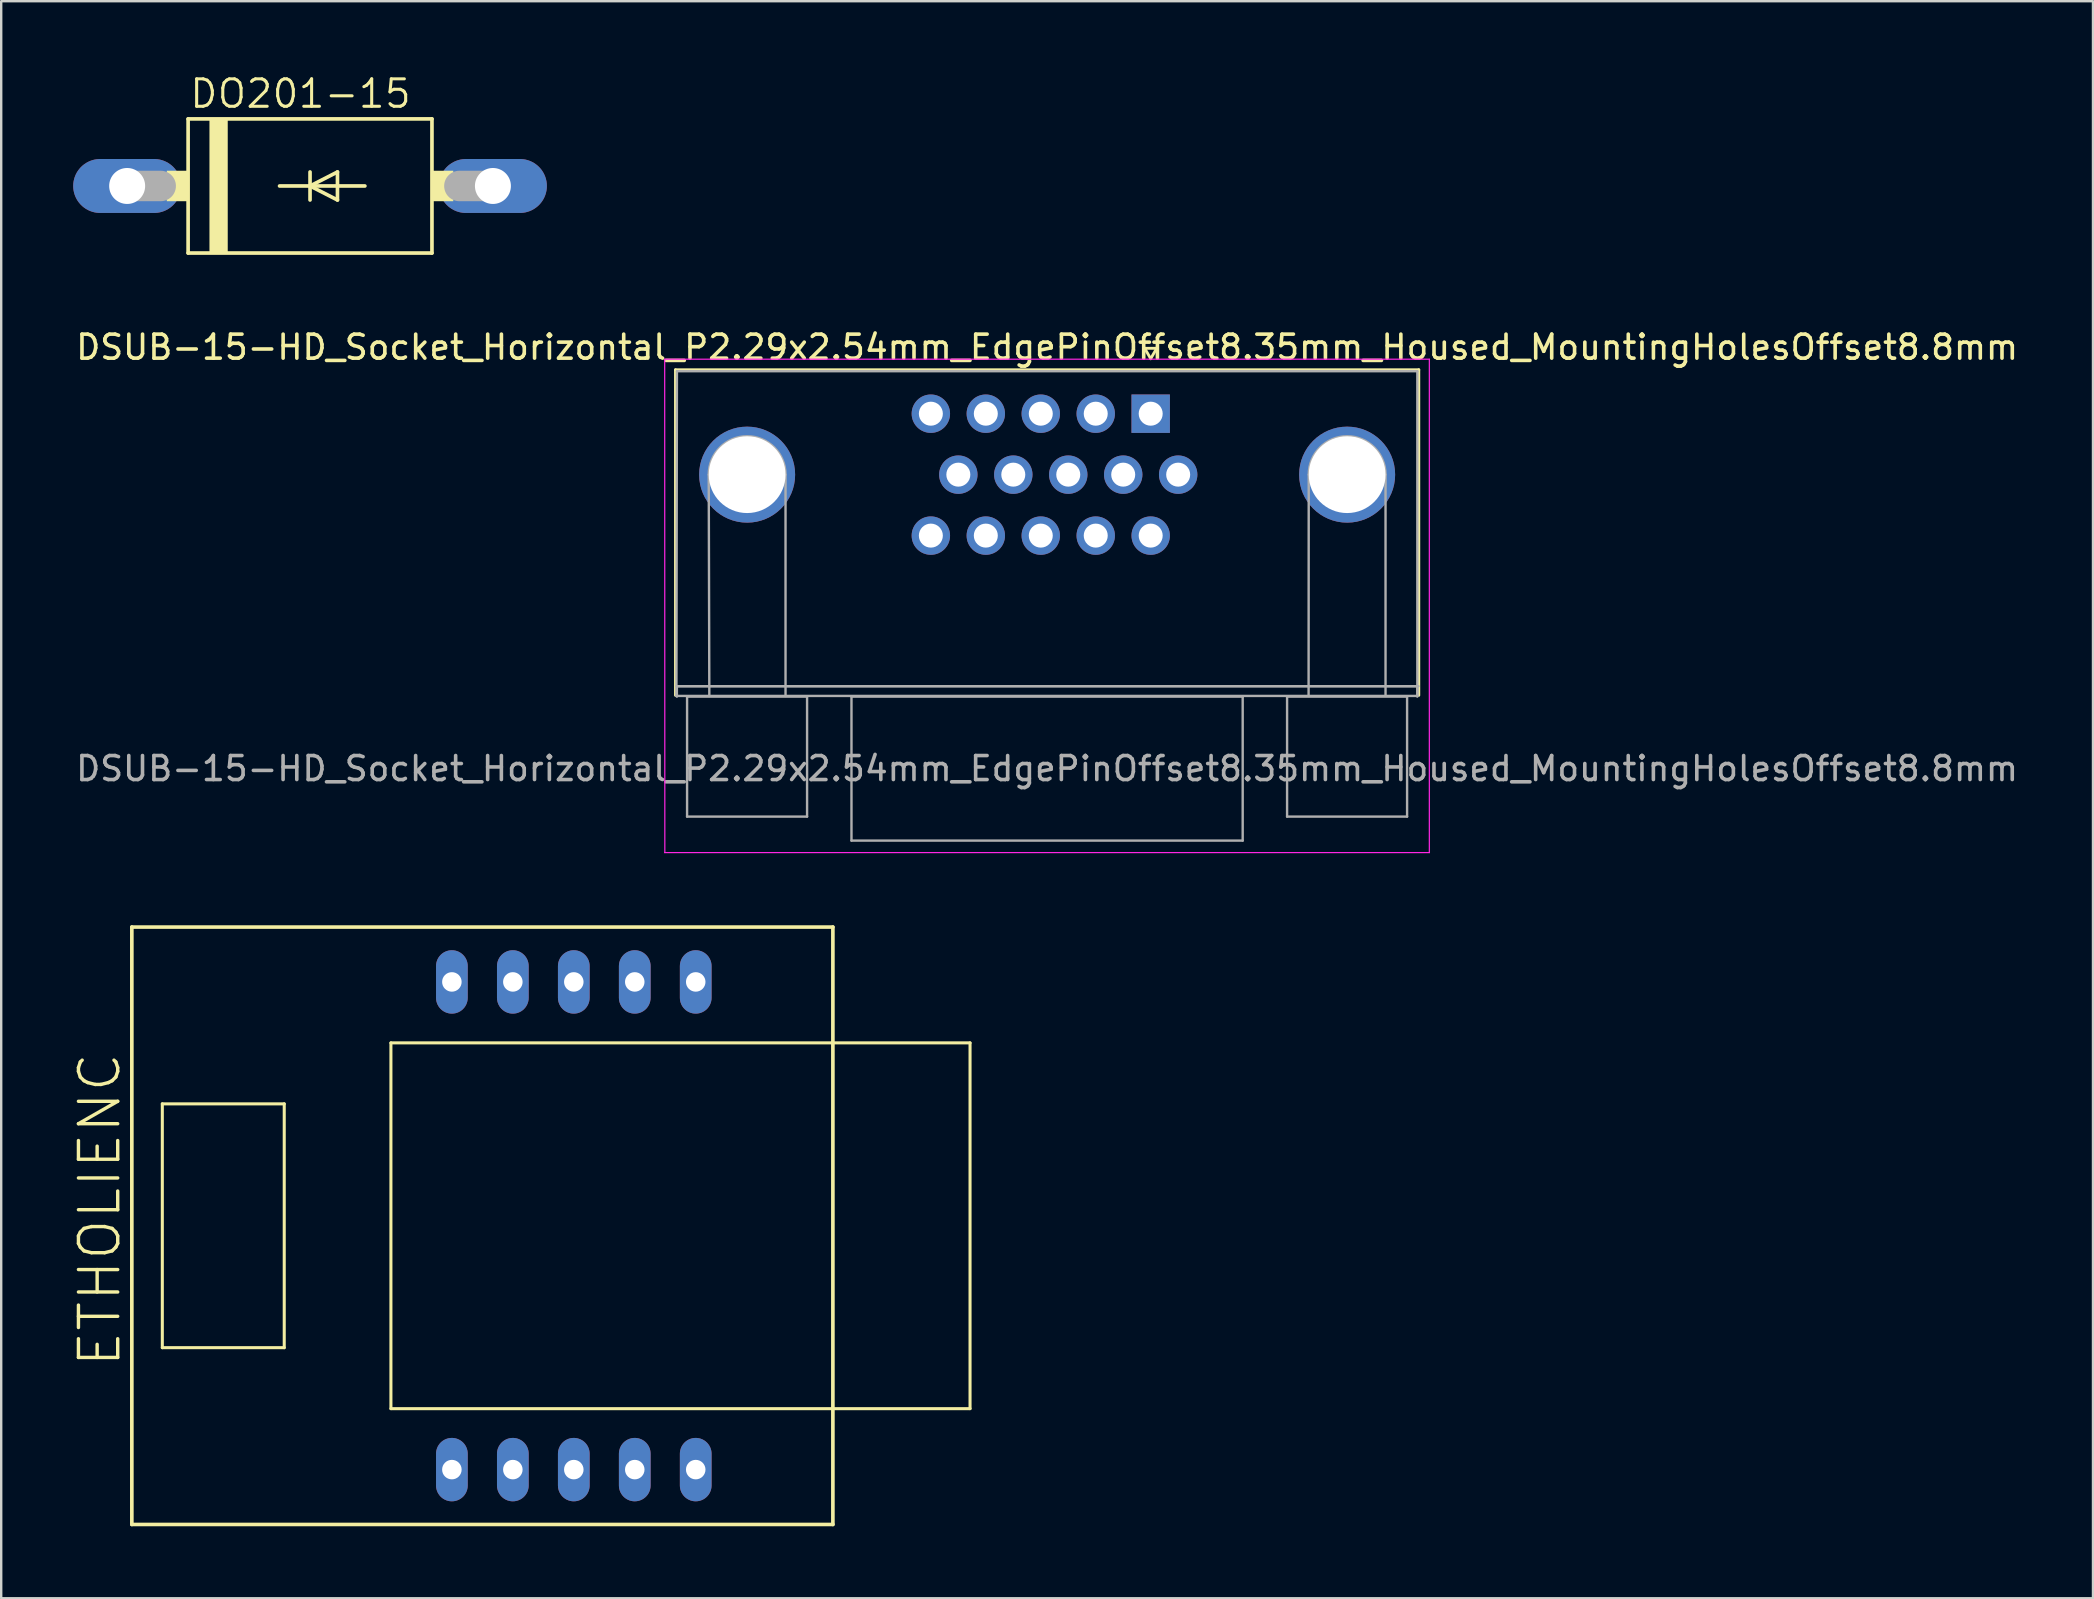
<source format=kicad_pcb>
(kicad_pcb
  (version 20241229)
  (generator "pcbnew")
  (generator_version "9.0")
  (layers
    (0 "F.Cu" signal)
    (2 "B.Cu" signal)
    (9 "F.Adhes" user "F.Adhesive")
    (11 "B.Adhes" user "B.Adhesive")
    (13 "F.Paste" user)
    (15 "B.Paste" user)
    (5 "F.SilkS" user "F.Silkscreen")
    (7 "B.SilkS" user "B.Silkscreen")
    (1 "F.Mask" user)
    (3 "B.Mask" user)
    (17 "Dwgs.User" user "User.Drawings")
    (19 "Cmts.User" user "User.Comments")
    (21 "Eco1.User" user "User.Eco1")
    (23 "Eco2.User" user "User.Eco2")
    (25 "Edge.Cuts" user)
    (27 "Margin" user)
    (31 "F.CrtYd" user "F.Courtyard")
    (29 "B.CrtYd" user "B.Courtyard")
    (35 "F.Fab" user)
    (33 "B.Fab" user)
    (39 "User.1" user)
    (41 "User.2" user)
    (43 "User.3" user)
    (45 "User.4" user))
  (footprint "DSUB-15-HD_Socket_Horizontal_P2.29x2.54mm_EdgePinOffset8.35mm_Housed_MountingHolesOffset8.8mm"
    (layer "F.Cu")
    (at 44.895 14.187)
    (property "Reference" "DSUB-15-HD_Socket_Horizontal_P2.29x2.54mm_EdgePinOffset8.35mm_Housed_MountingHolesOffset8.8mm" (at -4.315 -2.77 0) (layer "F.SilkS") (effects (font (size 1 1) (thickness 0.15))))
    (attr through_hole)
    (fp_line (start -19.8 -1.83) (end 11.17 -1.83) (stroke (width 0.12) (type solid)) (layer "F.SilkS"))
    (fp_line (start -19.8 11.735) (end -19.8 -1.83) (stroke (width 0.12) (type solid)) (layer "F.SilkS"))
    (fp_line (start -0.25 -2.724) (end 0.25 -2.724) (stroke (width 0.12) (type solid)) (layer "F.SilkS"))
    (fp_line (start 0 -2.291) (end -0.25 -2.724) (stroke (width 0.12) (type solid)) (layer "F.SilkS"))
    (fp_line (start 0.25 -2.724) (end 0 -2.291) (stroke (width 0.12) (type solid)) (layer "F.SilkS"))
    (fp_line (start 11.17 -1.83) (end 11.17 11.735) (stroke (width 0.12) (type solid)) (layer "F.SilkS"))
    (fp_line (start -20.252 18.288) (end 11.608 18.288) (stroke (width 0.05) (type solid)) (layer "F.CrtYd"))
    (fp_line (start -20.25 -2.27) (end -20.244 18.288) (stroke (width 0.05) (type solid)) (layer "F.CrtYd"))
    (fp_line (start 11.61 -2.27) (end -20.25 -2.27) (stroke (width 0.05) (type solid)) (layer "F.CrtYd"))
    (fp_line (start 11.61 18.288) (end 11.61 -2.27) (stroke (width 0.05) (type solid)) (layer "F.CrtYd"))
    (fp_line (start -19.768 11.76) (end 11.082 11.76) (stroke (width 0.1) (type solid)) (layer "F.Fab"))
    (fp_line (start -19.761 11.354) (end 11.089 11.354) (stroke (width 0.1) (type solid)) (layer "F.Fab"))
    (fp_line (start -19.742 11.388) (end -19.742 11.788) (stroke (width 0.1) (type solid)) (layer "F.Fab"))
    (fp_line (start -19.74 -1.77) (end -19.761 11.76) (stroke (width 0.1) (type solid)) (layer "F.Fab"))
    (fp_line (start -19.317 11.788) (end -19.317 16.788) (stroke (width 0.1) (type solid)) (layer "F.Fab"))
    (fp_line (start -19.317 16.788) (end -14.317 16.788) (stroke (width 0.1) (type solid)) (layer "F.Fab"))
    (fp_line (start -18.39 11.76) (end -18.415 2.54) (stroke (width 0.1) (type solid)) (layer "F.Fab"))
    (fp_line (start -15.215 11.76) (end -15.215 2.54) (stroke (width 0.1) (type solid)) (layer "F.Fab"))
    (fp_line (start -14.317 11.788) (end -19.317 11.788) (stroke (width 0.1) (type solid)) (layer "F.Fab"))
    (fp_line (start -14.317 16.788) (end -14.317 11.788) (stroke (width 0.1) (type solid)) (layer "F.Fab"))
    (fp_line (start -12.467 11.788) (end -12.467 17.788) (stroke (width 0.1) (type solid)) (layer "F.Fab"))
    (fp_line (start -12.467 17.788) (end 3.833 17.788) (stroke (width 0.1) (type solid)) (layer "F.Fab"))
    (fp_line (start 3.833 11.788) (end -12.467 11.788) (stroke (width 0.1) (type solid)) (layer "F.Fab"))
    (fp_line (start 3.833 17.788) (end 3.833 11.788) (stroke (width 0.1) (type solid)) (layer "F.Fab"))
    (fp_line (start 5.683 11.788) (end 5.683 16.788) (stroke (width 0.1) (type solid)) (layer "F.Fab"))
    (fp_line (start 5.683 16.788) (end 10.683 16.788) (stroke (width 0.1) (type solid)) (layer "F.Fab"))
    (fp_line (start 6.579 11.76) (end 6.585 2.54) (stroke (width 0.1) (type solid)) (layer "F.Fab"))
    (fp_line (start 9.785 11.735) (end 9.785 2.54) (stroke (width 0.1) (type solid)) (layer "F.Fab"))
    (fp_line (start 10.683 11.788) (end 5.683 11.788) (stroke (width 0.1) (type solid)) (layer "F.Fab"))
    (fp_line (start 10.683 16.788) (end 10.683 11.788) (stroke (width 0.1) (type solid)) (layer "F.Fab"))
    (fp_line (start 11.108 11.788) (end 11.108 11.388) (stroke (width 0.1) (type solid)) (layer "F.Fab"))
    (fp_line (start 11.11 -1.77) (end -19.74 -1.77) (stroke (width 0.1) (type solid)) (layer "F.Fab"))
    (fp_line (start 11.11 11.76) (end 11.11 -1.77) (stroke (width 0.1) (type solid)) (layer "F.Fab"))
    (fp_line (start 11.158 11.354) (end -19.692 11.354) (stroke (width 0.1) (type solid)) (layer "F.Fab"))
    (fp_arc (start -18.415 2.54) (mid -16.815 0.94) (end -15.215 2.54) (stroke (width 0.1) (type solid)) (layer "F.Fab"))
    (fp_arc (start 6.585 2.54) (mid 8.185 0.94) (end 9.785 2.54) (stroke (width 0.1) (type solid)) (layer "F.Fab"))
    (fp_text user "${REFERENCE}" (at -4.317 14.788 0) (layer "F.Fab") (effects (font (size 1 1) (thickness 0.15))))
    (pad "0" thru_hole circle (at -16.815 2.54) (size 4 4) (drill 3.2) (layers "*.Cu" "*.Mask"))
    (pad "0" thru_hole circle (at 8.185 2.54) (size 4 4) (drill 3.2) (layers "*.Cu" "*.Mask"))
    (pad "1" thru_hole rect (at 0 0) (size 1.6 1.6) (drill 1) (layers "*.Cu" "*.Mask"))
    (pad "2" thru_hole circle (at -2.29 0) (size 1.6 1.6) (drill 1) (layers "*.Cu" "*.Mask"))
    (pad "3" thru_hole circle (at -4.58 0) (size 1.6 1.6) (drill 1) (layers "*.Cu" "*.Mask"))
    (pad "4" thru_hole circle (at -6.87 0) (size 1.6 1.6) (drill 1) (layers "*.Cu" "*.Mask"))
    (pad "5" thru_hole circle (at -9.16 0) (size 1.6 1.6) (drill 1) (layers "*.Cu" "*.Mask"))
    (pad "6" thru_hole circle (at 1.145 2.54) (size 1.6 1.6) (drill 1) (layers "*.Cu" "*.Mask"))
    (pad "7" thru_hole circle (at -1.145 2.54) (size 1.6 1.6) (drill 1) (layers "*.Cu" "*.Mask"))
    (pad "8" thru_hole circle (at -3.435 2.54) (size 1.6 1.6) (drill 1) (layers "*.Cu" "*.Mask"))
    (pad "9" thru_hole circle (at -5.725 2.54) (size 1.6 1.6) (drill 1) (layers "*.Cu" "*.Mask"))
    (pad "10" thru_hole circle (at -8.015 2.54) (size 1.6 1.6) (drill 1) (layers "*.Cu" "*.Mask"))
    (pad "11" thru_hole circle (at 0 5.08) (size 1.6 1.6) (drill 1) (layers "*.Cu" "*.Mask"))
    (pad "12" thru_hole circle (at -2.29 5.08) (size 1.6 1.6) (drill 1) (layers "*.Cu" "*.Mask"))
    (pad "13" thru_hole circle (at -4.58 5.08) (size 1.6 1.6) (drill 1) (layers "*.Cu" "*.Mask"))
    (pad "14" thru_hole circle (at -6.87 5.08) (size 1.6 1.6) (drill 1) (layers "*.Cu" "*.Mask"))
    (pad "15" thru_hole circle (at -9.16 5.08) (size 1.6 1.6) (drill 1) (layers "*.Cu" "*.Mask")))
  (footprint "DO201-15"
    (layer "F.Cu")
    (at 9.868 4.699)
    (property "Reference" "DO201-15" (at -5.08 -3.175 0) (layer "F.SilkS") (effects (font (size 1.143 1.143) (thickness 0.127)) (justify left bottom)))
    (fp_line (start -5.08 -2.794) (end 5.08 -2.794) (stroke (width 0.152) (type solid)) (layer "F.SilkS"))
    (fp_line (start -5.08 2.794) (end -5.08 -2.794) (stroke (width 0.152) (type solid)) (layer "F.SilkS"))
    (fp_line (start -1.27 0) (end 0 0) (stroke (width 0.152) (type solid)) (layer "F.SilkS"))
    (fp_line (start 0 -0.584) (end 0 0) (stroke (width 0.152) (type solid)) (layer "F.SilkS"))
    (fp_line (start 0 0) (end 0 0.584) (stroke (width 0.152) (type solid)) (layer "F.SilkS"))
    (fp_line (start 0 0) (end 1.143 -0.584) (stroke (width 0.152) (type solid)) (layer "F.SilkS"))
    (fp_line (start 0 0) (end 2.286 0) (stroke (width 0.152) (type solid)) (layer "F.SilkS"))
    (fp_line (start 1.143 -0.584) (end 1.143 0.584) (stroke (width 0.152) (type solid)) (layer "F.SilkS"))
    (fp_line (start 1.143 0.584) (end 0 0) (stroke (width 0.152) (type solid)) (layer "F.SilkS"))
    (fp_line (start 5.08 -2.794) (end 5.08 2.794) (stroke (width 0.152) (type solid)) (layer "F.SilkS"))
    (fp_line (start 5.08 2.794) (end -5.08 2.794) (stroke (width 0.152) (type solid)) (layer "F.SilkS"))
    (fp_poly (pts (xy -5.969 0.635) (xy -5.08 0.635) (xy -5.08 -0.635) (xy -5.969 -0.635)) (stroke (width 0) (type default)) (fill yes) (layer "F.SilkS"))
    (fp_poly (pts (xy -4.191 2.794) (xy -3.429 2.794) (xy -3.429 -2.794) (xy -4.191 -2.794)) (stroke (width 0) (type default)) (fill yes) (layer "F.SilkS"))
    (fp_poly (pts (xy 5.08 0.635) (xy 5.969 0.635) (xy 5.969 -0.635) (xy 5.08 -0.635)) (stroke (width 0) (type default)) (fill yes) (layer "F.SilkS"))
    (fp_line (start -7.62 0) (end -6.223 0) (stroke (width 1.27) (type solid)) (layer "F.Fab"))
    (fp_line (start 7.62 0) (end 6.223 0) (stroke (width 1.27) (type solid)) (layer "F.Fab"))
    (pad "A" thru_hole oval (at 7.62 0) (size 4.496 2.248) (drill 1.499) (layers "*.Cu" "*.Mask"))
    (pad "C" thru_hole oval (at -7.62 0) (size 4.496 2.248) (drill 1.499) (layers "*.Cu" "*.Mask")))
  (footprint "ETHOLIENC"
    (layer "F.Cu")
    (at 10.698 48.023)
    (property "Reference" "ETHOLIENC" (at -8.636 5.969 90) (layer "F.SilkS") (effects (font (size 1.636 1.636) (thickness 0.142)) (justify left bottom)))
    (fp_line (start -8.255 -12.446) (end -8.255 12.446) (stroke (width 0.152) (type solid)) (layer "F.SilkS"))
    (fp_line (start -8.255 12.446) (end 20.955 12.446) (stroke (width 0.152) (type solid)) (layer "F.SilkS"))
    (fp_line (start -6.985 -5.08) (end -1.905 -5.08) (stroke (width 0.127) (type solid)) (layer "F.SilkS"))
    (fp_line (start -6.985 5.08) (end -6.985 -5.08) (stroke (width 0.127) (type solid)) (layer "F.SilkS"))
    (fp_line (start -1.905 -5.08) (end -1.905 5.08) (stroke (width 0.127) (type solid)) (layer "F.SilkS"))
    (fp_line (start -1.905 5.08) (end -6.985 5.08) (stroke (width 0.127) (type solid)) (layer "F.SilkS"))
    (fp_line (start 2.54 -7.62) (end 26.67 -7.62) (stroke (width 0.127) (type solid)) (layer "F.SilkS"))
    (fp_line (start 2.54 7.62) (end 2.54 -7.62) (stroke (width 0.127) (type solid)) (layer "F.SilkS"))
    (fp_line (start 20.955 -12.446) (end -8.255 -12.446) (stroke (width 0.152) (type solid)) (layer "F.SilkS"))
    (fp_line (start 20.955 -12.446) (end 20.955 12.446) (stroke (width 0.152) (type solid)) (layer "F.SilkS"))
    (fp_line (start 26.67 -7.62) (end 26.67 7.62) (stroke (width 0.127) (type solid)) (layer "F.SilkS"))
    (fp_line (start 26.67 7.62) (end 2.54 7.62) (stroke (width 0.127) (type solid)) (layer "F.SilkS"))
    (pad "1_1" thru_hole oval (at 15.24 -10.16 90) (size 2.642 1.321) (drill 0.813) (layers "*.Cu" "*.Mask"))
    (pad "1_2" thru_hole oval (at 12.7 -10.16 90) (size 2.642 1.321) (drill 0.813) (layers "*.Cu" "*.Mask"))
    (pad "1_3" thru_hole oval (at 10.16 -10.16 90) (size 2.642 1.321) (drill 0.813) (layers "*.Cu" "*.Mask"))
    (pad "1_4" thru_hole oval (at 7.62 -10.16 90) (size 2.642 1.321) (drill 0.813) (layers "*.Cu" "*.Mask"))
    (pad "1_5" thru_hole oval (at 5.08 -10.16 90) (size 2.642 1.321) (drill 0.813) (layers "*.Cu" "*.Mask"))
    (pad "2_1" thru_hole oval (at 5.08 10.16 90) (size 2.642 1.321) (drill 0.813) (layers "*.Cu" "*.Mask"))
    (pad "2_2" thru_hole oval (at 7.62 10.16 90) (size 2.642 1.321) (drill 0.813) (layers "*.Cu" "*.Mask"))
    (pad "2_3" thru_hole oval (at 10.16 10.16 90) (size 2.642 1.321) (drill 0.813) (layers "*.Cu" "*.Mask"))
    (pad "2_4" thru_hole oval (at 12.7 10.16 90) (size 2.642 1.321) (drill 0.813) (layers "*.Cu" "*.Mask"))
    (pad "2_5" thru_hole oval (at 15.24 10.16 90) (size 2.642 1.321) (drill 0.813) (layers "*.Cu" "*.Mask")))
  (gr_rect
    (start -3 -3)
    (end 84.157 63.545)
    (stroke (width 0.1) (type default))
    (fill no)
    (layer "Edge.Cuts")))
</source>
